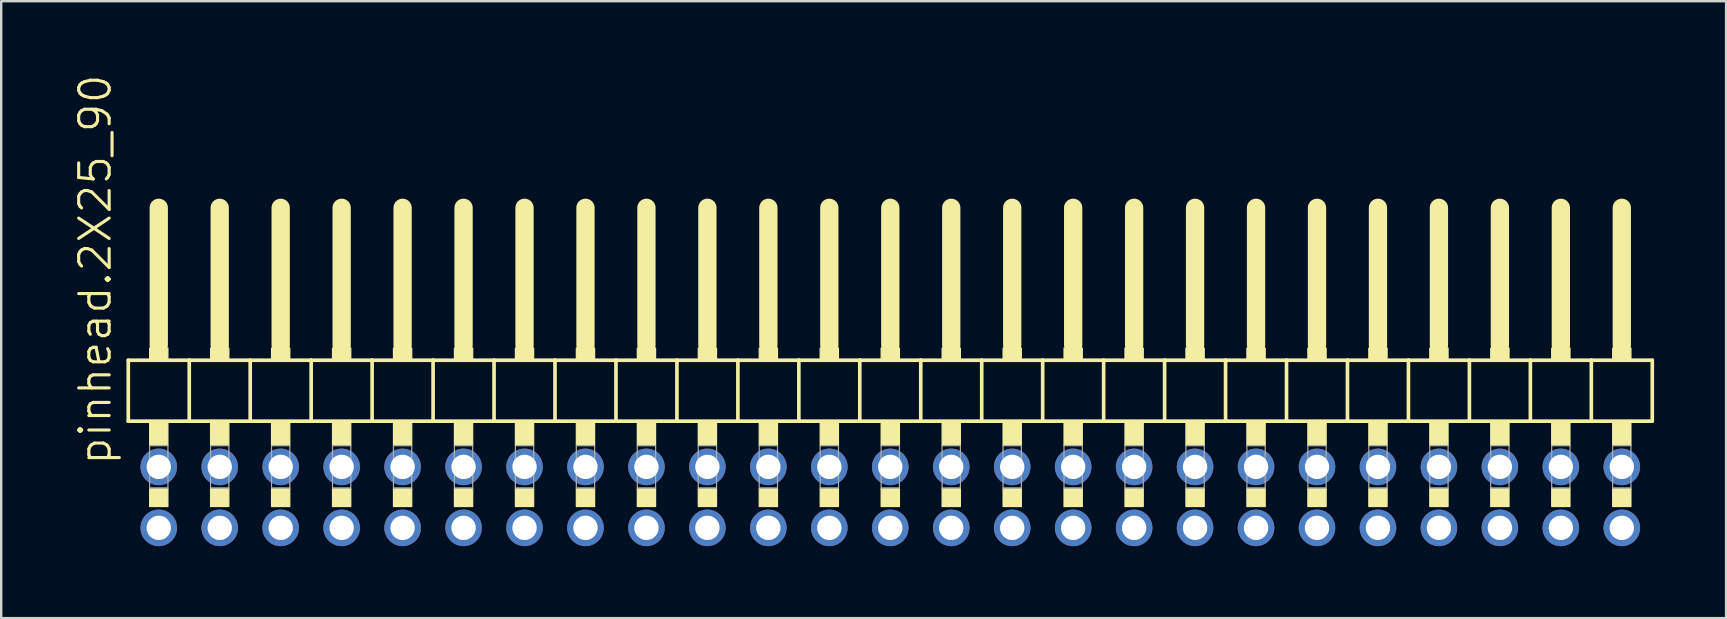
<source format=kicad_pcb>
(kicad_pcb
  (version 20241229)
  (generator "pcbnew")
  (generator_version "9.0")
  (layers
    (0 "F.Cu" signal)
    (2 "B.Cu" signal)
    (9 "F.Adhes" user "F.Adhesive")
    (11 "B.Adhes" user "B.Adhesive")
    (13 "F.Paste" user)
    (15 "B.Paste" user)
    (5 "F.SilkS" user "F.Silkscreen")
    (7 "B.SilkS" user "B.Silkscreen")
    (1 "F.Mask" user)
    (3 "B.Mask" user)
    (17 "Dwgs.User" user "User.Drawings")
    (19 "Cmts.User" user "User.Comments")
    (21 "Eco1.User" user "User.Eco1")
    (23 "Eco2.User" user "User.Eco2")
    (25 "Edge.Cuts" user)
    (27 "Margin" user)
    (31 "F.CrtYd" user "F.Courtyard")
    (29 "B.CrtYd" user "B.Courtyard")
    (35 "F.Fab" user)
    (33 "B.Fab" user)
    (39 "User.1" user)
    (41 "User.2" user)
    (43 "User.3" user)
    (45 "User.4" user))
  (footprint "pinhead.2X25_90"
    (layer "F.Cu")
    (at 32.775 12.594)
    (property "Reference" "pinhead.2X25_90" (at -31.115 3.81 90) (layer "F.SilkS") (effects (font (size 1.27 1.27) (thickness 0.13)) (justify left bottom)))
    (attr through_hole)
    (fp_line (start -30.48 -0.635) (end -30.48 1.905) (stroke (width 0.152) (type default)) (layer "F.SilkS"))
    (fp_line (start -30.48 1.905) (end -27.94 1.905) (stroke (width 0.152) (type default)) (layer "F.SilkS"))
    (fp_line (start -29.21 -6.985) (end -29.21 -1.27) (stroke (width 0.762) (type default)) (layer "F.SilkS"))
    (fp_line (start -27.94 -0.635) (end -30.48 -0.635) (stroke (width 0.152) (type default)) (layer "F.SilkS"))
    (fp_line (start -27.94 1.905) (end -27.94 -0.635) (stroke (width 0.152) (type default)) (layer "F.SilkS"))
    (fp_line (start -27.94 1.905) (end -25.4 1.905) (stroke (width 0.152) (type default)) (layer "F.SilkS"))
    (fp_line (start -26.67 -6.985) (end -26.67 -1.27) (stroke (width 0.762) (type default)) (layer "F.SilkS"))
    (fp_line (start -25.4 -0.635) (end -27.94 -0.635) (stroke (width 0.152) (type default)) (layer "F.SilkS"))
    (fp_line (start -25.4 1.905) (end -25.4 -0.635) (stroke (width 0.152) (type default)) (layer "F.SilkS"))
    (fp_line (start -25.4 1.905) (end -22.86 1.905) (stroke (width 0.152) (type default)) (layer "F.SilkS"))
    (fp_line (start -24.13 -6.985) (end -24.13 -1.27) (stroke (width 0.762) (type default)) (layer "F.SilkS"))
    (fp_line (start -22.86 -0.635) (end -25.4 -0.635) (stroke (width 0.152) (type default)) (layer "F.SilkS"))
    (fp_line (start -22.86 1.905) (end -22.86 -0.635) (stroke (width 0.152) (type default)) (layer "F.SilkS"))
    (fp_line (start -22.86 1.905) (end -20.32 1.905) (stroke (width 0.152) (type default)) (layer "F.SilkS"))
    (fp_line (start -21.59 -6.985) (end -21.59 -1.27) (stroke (width 0.762) (type default)) (layer "F.SilkS"))
    (fp_line (start -20.32 -0.635) (end -22.86 -0.635) (stroke (width 0.152) (type default)) (layer "F.SilkS"))
    (fp_line (start -20.32 1.905) (end -20.32 -0.635) (stroke (width 0.152) (type default)) (layer "F.SilkS"))
    (fp_line (start -20.32 1.905) (end -17.78 1.905) (stroke (width 0.152) (type default)) (layer "F.SilkS"))
    (fp_line (start -19.05 -6.985) (end -19.05 -1.27) (stroke (width 0.762) (type default)) (layer "F.SilkS"))
    (fp_line (start -17.78 -0.635) (end -20.32 -0.635) (stroke (width 0.152) (type default)) (layer "F.SilkS"))
    (fp_line (start -17.78 1.905) (end -17.78 -0.635) (stroke (width 0.152) (type default)) (layer "F.SilkS"))
    (fp_line (start -17.78 1.905) (end -15.24 1.905) (stroke (width 0.152) (type default)) (layer "F.SilkS"))
    (fp_line (start -16.51 -6.985) (end -16.51 -1.27) (stroke (width 0.762) (type default)) (layer "F.SilkS"))
    (fp_line (start -15.24 -0.635) (end -17.78 -0.635) (stroke (width 0.152) (type default)) (layer "F.SilkS"))
    (fp_line (start -15.24 1.905) (end -15.24 -0.635) (stroke (width 0.152) (type default)) (layer "F.SilkS"))
    (fp_line (start -15.24 1.905) (end -12.7 1.905) (stroke (width 0.152) (type default)) (layer "F.SilkS"))
    (fp_line (start -13.97 -6.985) (end -13.97 -1.27) (stroke (width 0.762) (type default)) (layer "F.SilkS"))
    (fp_line (start -12.7 -0.635) (end -15.24 -0.635) (stroke (width 0.152) (type default)) (layer "F.SilkS"))
    (fp_line (start -12.7 1.905) (end -12.7 -0.635) (stroke (width 0.152) (type default)) (layer "F.SilkS"))
    (fp_line (start -12.7 1.905) (end -10.16 1.905) (stroke (width 0.152) (type default)) (layer "F.SilkS"))
    (fp_line (start -11.43 -6.985) (end -11.43 -1.27) (stroke (width 0.762) (type default)) (layer "F.SilkS"))
    (fp_line (start -10.16 -0.635) (end -12.7 -0.635) (stroke (width 0.152) (type default)) (layer "F.SilkS"))
    (fp_line (start -10.16 1.905) (end -10.16 -0.635) (stroke (width 0.152) (type default)) (layer "F.SilkS"))
    (fp_line (start -10.16 1.905) (end -7.62 1.905) (stroke (width 0.152) (type default)) (layer "F.SilkS"))
    (fp_line (start -8.89 -6.985) (end -8.89 -1.27) (stroke (width 0.762) (type default)) (layer "F.SilkS"))
    (fp_line (start -7.62 -0.635) (end -10.16 -0.635) (stroke (width 0.152) (type default)) (layer "F.SilkS"))
    (fp_line (start -7.62 1.905) (end -7.62 -0.635) (stroke (width 0.152) (type default)) (layer "F.SilkS"))
    (fp_line (start -7.62 1.905) (end -5.08 1.905) (stroke (width 0.152) (type default)) (layer "F.SilkS"))
    (fp_line (start -6.35 -6.985) (end -6.35 -1.27) (stroke (width 0.762) (type default)) (layer "F.SilkS"))
    (fp_line (start -5.08 -0.635) (end -7.62 -0.635) (stroke (width 0.152) (type default)) (layer "F.SilkS"))
    (fp_line (start -5.08 1.905) (end -5.08 -0.635) (stroke (width 0.152) (type default)) (layer "F.SilkS"))
    (fp_line (start -5.08 1.905) (end -2.54 1.905) (stroke (width 0.152) (type default)) (layer "F.SilkS"))
    (fp_line (start -3.81 -6.985) (end -3.81 -1.27) (stroke (width 0.762) (type default)) (layer "F.SilkS"))
    (fp_line (start -2.54 -0.635) (end -5.08 -0.635) (stroke (width 0.152) (type default)) (layer "F.SilkS"))
    (fp_line (start -2.54 1.905) (end -2.54 -0.635) (stroke (width 0.152) (type default)) (layer "F.SilkS"))
    (fp_line (start -2.54 1.905) (end 0 1.905) (stroke (width 0.152) (type default)) (layer "F.SilkS"))
    (fp_line (start -1.27 -6.985) (end -1.27 -1.27) (stroke (width 0.762) (type default)) (layer "F.SilkS"))
    (fp_line (start 0 -0.635) (end -2.54 -0.635) (stroke (width 0.152) (type default)) (layer "F.SilkS"))
    (fp_line (start 0 1.905) (end 0 -0.635) (stroke (width 0.152) (type default)) (layer "F.SilkS"))
    (fp_line (start 0 1.905) (end 2.54 1.905) (stroke (width 0.152) (type default)) (layer "F.SilkS"))
    (fp_line (start 1.27 -6.985) (end 1.27 -1.27) (stroke (width 0.762) (type default)) (layer "F.SilkS"))
    (fp_line (start 2.54 -0.635) (end 0 -0.635) (stroke (width 0.152) (type default)) (layer "F.SilkS"))
    (fp_line (start 2.54 1.905) (end 2.54 -0.635) (stroke (width 0.152) (type default)) (layer "F.SilkS"))
    (fp_line (start 2.54 1.905) (end 5.08 1.905) (stroke (width 0.152) (type default)) (layer "F.SilkS"))
    (fp_line (start 3.81 -6.985) (end 3.81 -1.27) (stroke (width 0.762) (type default)) (layer "F.SilkS"))
    (fp_line (start 5.08 -0.635) (end 2.54 -0.635) (stroke (width 0.152) (type default)) (layer "F.SilkS"))
    (fp_line (start 5.08 1.905) (end 5.08 -0.635) (stroke (width 0.152) (type default)) (layer "F.SilkS"))
    (fp_line (start 5.08 1.905) (end 7.62 1.905) (stroke (width 0.152) (type default)) (layer "F.SilkS"))
    (fp_line (start 6.35 -6.985) (end 6.35 -1.27) (stroke (width 0.762) (type default)) (layer "F.SilkS"))
    (fp_line (start 7.62 -0.635) (end 5.08 -0.635) (stroke (width 0.152) (type default)) (layer "F.SilkS"))
    (fp_line (start 7.62 1.905) (end 7.62 -0.635) (stroke (width 0.152) (type default)) (layer "F.SilkS"))
    (fp_line (start 7.62 1.905) (end 10.16 1.905) (stroke (width 0.152) (type default)) (layer "F.SilkS"))
    (fp_line (start 8.89 -6.985) (end 8.89 -1.27) (stroke (width 0.762) (type default)) (layer "F.SilkS"))
    (fp_line (start 10.16 -0.635) (end 7.62 -0.635) (stroke (width 0.152) (type default)) (layer "F.SilkS"))
    (fp_line (start 10.16 1.905) (end 10.16 -0.635) (stroke (width 0.152) (type default)) (layer "F.SilkS"))
    (fp_line (start 10.16 1.905) (end 12.7 1.905) (stroke (width 0.152) (type default)) (layer "F.SilkS"))
    (fp_line (start 11.43 -6.985) (end 11.43 -1.27) (stroke (width 0.762) (type default)) (layer "F.SilkS"))
    (fp_line (start 12.7 -0.635) (end 10.16 -0.635) (stroke (width 0.152) (type default)) (layer "F.SilkS"))
    (fp_line (start 12.7 1.905) (end 12.7 -0.635) (stroke (width 0.152) (type default)) (layer "F.SilkS"))
    (fp_line (start 12.7 1.905) (end 15.24 1.905) (stroke (width 0.152) (type default)) (layer "F.SilkS"))
    (fp_line (start 13.97 -6.985) (end 13.97 -1.27) (stroke (width 0.762) (type default)) (layer "F.SilkS"))
    (fp_line (start 15.24 -0.635) (end 12.7 -0.635) (stroke (width 0.152) (type default)) (layer "F.SilkS"))
    (fp_line (start 15.24 1.905) (end 15.24 -0.635) (stroke (width 0.152) (type default)) (layer "F.SilkS"))
    (fp_line (start 15.24 1.905) (end 17.78 1.905) (stroke (width 0.152) (type default)) (layer "F.SilkS"))
    (fp_line (start 16.51 -6.985) (end 16.51 -1.27) (stroke (width 0.762) (type default)) (layer "F.SilkS"))
    (fp_line (start 17.78 -0.635) (end 15.24 -0.635) (stroke (width 0.152) (type default)) (layer "F.SilkS"))
    (fp_line (start 17.78 1.905) (end 17.78 -0.635) (stroke (width 0.152) (type default)) (layer "F.SilkS"))
    (fp_line (start 17.78 1.905) (end 20.32 1.905) (stroke (width 0.152) (type default)) (layer "F.SilkS"))
    (fp_line (start 19.05 -6.985) (end 19.05 -1.27) (stroke (width 0.762) (type default)) (layer "F.SilkS"))
    (fp_line (start 20.32 -0.635) (end 17.78 -0.635) (stroke (width 0.152) (type default)) (layer "F.SilkS"))
    (fp_line (start 20.32 1.905) (end 20.32 -0.635) (stroke (width 0.152) (type default)) (layer "F.SilkS"))
    (fp_line (start 20.32 1.905) (end 22.86 1.905) (stroke (width 0.152) (type default)) (layer "F.SilkS"))
    (fp_line (start 21.59 -6.985) (end 21.59 -1.27) (stroke (width 0.762) (type default)) (layer "F.SilkS"))
    (fp_line (start 22.86 -0.635) (end 20.32 -0.635) (stroke (width 0.152) (type default)) (layer "F.SilkS"))
    (fp_line (start 22.86 1.905) (end 22.86 -0.635) (stroke (width 0.152) (type default)) (layer "F.SilkS"))
    (fp_line (start 22.86 1.905) (end 25.4 1.905) (stroke (width 0.152) (type default)) (layer "F.SilkS"))
    (fp_line (start 24.13 -6.985) (end 24.13 -1.27) (stroke (width 0.762) (type default)) (layer "F.SilkS"))
    (fp_line (start 25.4 -0.635) (end 22.86 -0.635) (stroke (width 0.152) (type default)) (layer "F.SilkS"))
    (fp_line (start 25.4 1.905) (end 25.4 -0.635) (stroke (width 0.152) (type default)) (layer "F.SilkS"))
    (fp_line (start 25.4 1.905) (end 27.94 1.905) (stroke (width 0.152) (type default)) (layer "F.SilkS"))
    (fp_line (start 26.67 -6.985) (end 26.67 -1.27) (stroke (width 0.762) (type default)) (layer "F.SilkS"))
    (fp_line (start 27.94 -0.635) (end 25.4 -0.635) (stroke (width 0.152) (type default)) (layer "F.SilkS"))
    (fp_line (start 27.94 1.905) (end 27.94 -0.635) (stroke (width 0.152) (type default)) (layer "F.SilkS"))
    (fp_line (start 27.94 1.905) (end 30.48 1.905) (stroke (width 0.152) (type default)) (layer "F.SilkS"))
    (fp_line (start 29.21 -6.985) (end 29.21 -1.27) (stroke (width 0.762) (type default)) (layer "F.SilkS"))
    (fp_line (start 30.48 -0.635) (end 27.94 -0.635) (stroke (width 0.152) (type default)) (layer "F.SilkS"))
    (fp_line (start 30.48 1.905) (end 30.48 -0.635) (stroke (width 0.152) (type default)) (layer "F.SilkS"))
    (fp_line (start 30.48 1.905) (end 33.02 1.905) (stroke (width 0.152) (type default)) (layer "F.SilkS"))
    (fp_line (start 31.75 -6.985) (end 31.75 -1.27) (stroke (width 0.762) (type default)) (layer "F.SilkS"))
    (fp_line (start 33.02 -0.635) (end 30.48 -0.635) (stroke (width 0.152) (type default)) (layer "F.SilkS"))
    (fp_line (start 33.02 1.905) (end 33.02 -0.635) (stroke (width 0.152) (type default)) (layer "F.SilkS"))
    (fp_rect (start -29.591 -0.635) (end -28.829 -1.143) (stroke (width 0.05) (type default)) (fill yes) (layer "F.SilkS"))
    (fp_rect (start -29.591 2.921) (end -28.829 1.905) (stroke (width 0.05) (type default)) (fill yes) (layer "F.SilkS"))
    (fp_rect (start -29.591 5.461) (end -28.829 4.699) (stroke (width 0.05) (type default)) (fill yes) (layer "F.SilkS"))
    (fp_rect (start -27.051 -0.635) (end -26.289 -1.143) (stroke (width 0.05) (type default)) (fill yes) (layer "F.SilkS"))
    (fp_rect (start -27.051 2.921) (end -26.289 1.905) (stroke (width 0.05) (type default)) (fill yes) (layer "F.SilkS"))
    (fp_rect (start -27.051 5.461) (end -26.289 4.699) (stroke (width 0.05) (type default)) (fill yes) (layer "F.SilkS"))
    (fp_rect (start -24.511 -0.635) (end -23.749 -1.143) (stroke (width 0.05) (type default)) (fill yes) (layer "F.SilkS"))
    (fp_rect (start -24.511 2.921) (end -23.749 1.905) (stroke (width 0.05) (type default)) (fill yes) (layer "F.SilkS"))
    (fp_rect (start -24.511 5.461) (end -23.749 4.699) (stroke (width 0.05) (type default)) (fill yes) (layer "F.SilkS"))
    (fp_rect (start -21.971 -0.635) (end -21.209 -1.143) (stroke (width 0.05) (type default)) (fill yes) (layer "F.SilkS"))
    (fp_rect (start -21.971 2.921) (end -21.209 1.905) (stroke (width 0.05) (type default)) (fill yes) (layer "F.SilkS"))
    (fp_rect (start -21.971 5.461) (end -21.209 4.699) (stroke (width 0.05) (type default)) (fill yes) (layer "F.SilkS"))
    (fp_rect (start -19.431 -0.635) (end -18.669 -1.143) (stroke (width 0.05) (type default)) (fill yes) (layer "F.SilkS"))
    (fp_rect (start -19.431 2.921) (end -18.669 1.905) (stroke (width 0.05) (type default)) (fill yes) (layer "F.SilkS"))
    (fp_rect (start -19.431 5.461) (end -18.669 4.699) (stroke (width 0.05) (type default)) (fill yes) (layer "F.SilkS"))
    (fp_rect (start -16.891 -0.635) (end -16.129 -1.143) (stroke (width 0.05) (type default)) (fill yes) (layer "F.SilkS"))
    (fp_rect (start -16.891 2.921) (end -16.129 1.905) (stroke (width 0.05) (type default)) (fill yes) (layer "F.SilkS"))
    (fp_rect (start -16.891 5.461) (end -16.129 4.699) (stroke (width 0.05) (type default)) (fill yes) (layer "F.SilkS"))
    (fp_rect (start -14.351 -0.635) (end -13.589 -1.143) (stroke (width 0.05) (type default)) (fill yes) (layer "F.SilkS"))
    (fp_rect (start -14.351 2.921) (end -13.589 1.905) (stroke (width 0.05) (type default)) (fill yes) (layer "F.SilkS"))
    (fp_rect (start -14.351 5.461) (end -13.589 4.699) (stroke (width 0.05) (type default)) (fill yes) (layer "F.SilkS"))
    (fp_rect (start -11.811 -0.635) (end -11.049 -1.143) (stroke (width 0.05) (type default)) (fill yes) (layer "F.SilkS"))
    (fp_rect (start -11.811 2.921) (end -11.049 1.905) (stroke (width 0.05) (type default)) (fill yes) (layer "F.SilkS"))
    (fp_rect (start -11.811 5.461) (end -11.049 4.699) (stroke (width 0.05) (type default)) (fill yes) (layer "F.SilkS"))
    (fp_rect (start -9.271 -0.635) (end -8.509 -1.143) (stroke (width 0.05) (type default)) (fill yes) (layer "F.SilkS"))
    (fp_rect (start -9.271 2.921) (end -8.509 1.905) (stroke (width 0.05) (type default)) (fill yes) (layer "F.SilkS"))
    (fp_rect (start -9.271 5.461) (end -8.509 4.699) (stroke (width 0.05) (type default)) (fill yes) (layer "F.SilkS"))
    (fp_rect (start -6.731 -0.635) (end -5.969 -1.143) (stroke (width 0.05) (type default)) (fill yes) (layer "F.SilkS"))
    (fp_rect (start -6.731 2.921) (end -5.969 1.905) (stroke (width 0.05) (type default)) (fill yes) (layer "F.SilkS"))
    (fp_rect (start -6.731 5.461) (end -5.969 4.699) (stroke (width 0.05) (type default)) (fill yes) (layer "F.SilkS"))
    (fp_rect (start -4.191 -0.635) (end -3.429 -1.143) (stroke (width 0.05) (type default)) (fill yes) (layer "F.SilkS"))
    (fp_rect (start -4.191 2.921) (end -3.429 1.905) (stroke (width 0.05) (type default)) (fill yes) (layer "F.SilkS"))
    (fp_rect (start -4.191 5.461) (end -3.429 4.699) (stroke (width 0.05) (type default)) (fill yes) (layer "F.SilkS"))
    (fp_rect (start -1.651 -0.635) (end -0.889 -1.143) (stroke (width 0.05) (type default)) (fill yes) (layer "F.SilkS"))
    (fp_rect (start -1.651 2.921) (end -0.889 1.905) (stroke (width 0.05) (type default)) (fill yes) (layer "F.SilkS"))
    (fp_rect (start -1.651 5.461) (end -0.889 4.699) (stroke (width 0.05) (type default)) (fill yes) (layer "F.SilkS"))
    (fp_rect (start 0.889 -0.635) (end 1.651 -1.143) (stroke (width 0.05) (type default)) (fill yes) (layer "F.SilkS"))
    (fp_rect (start 0.889 2.921) (end 1.651 1.905) (stroke (width 0.05) (type default)) (fill yes) (layer "F.SilkS"))
    (fp_rect (start 0.889 5.461) (end 1.651 4.699) (stroke (width 0.05) (type default)) (fill yes) (layer "F.SilkS"))
    (fp_rect (start 3.429 -0.635) (end 4.191 -1.143) (stroke (width 0.05) (type default)) (fill yes) (layer "F.SilkS"))
    (fp_rect (start 3.429 2.921) (end 4.191 1.905) (stroke (width 0.05) (type default)) (fill yes) (layer "F.SilkS"))
    (fp_rect (start 3.429 5.461) (end 4.191 4.699) (stroke (width 0.05) (type default)) (fill yes) (layer "F.SilkS"))
    (fp_rect (start 5.969 -0.635) (end 6.731 -1.143) (stroke (width 0.05) (type default)) (fill yes) (layer "F.SilkS"))
    (fp_rect (start 5.969 2.921) (end 6.731 1.905) (stroke (width 0.05) (type default)) (fill yes) (layer "F.SilkS"))
    (fp_rect (start 5.969 5.461) (end 6.731 4.699) (stroke (width 0.05) (type default)) (fill yes) (layer "F.SilkS"))
    (fp_rect (start 8.509 -0.635) (end 9.271 -1.143) (stroke (width 0.05) (type default)) (fill yes) (layer "F.SilkS"))
    (fp_rect (start 8.509 2.921) (end 9.271 1.905) (stroke (width 0.05) (type default)) (fill yes) (layer "F.SilkS"))
    (fp_rect (start 8.509 5.461) (end 9.271 4.699) (stroke (width 0.05) (type default)) (fill yes) (layer "F.SilkS"))
    (fp_rect (start 11.049 -0.635) (end 11.811 -1.143) (stroke (width 0.05) (type default)) (fill yes) (layer "F.SilkS"))
    (fp_rect (start 11.049 2.921) (end 11.811 1.905) (stroke (width 0.05) (type default)) (fill yes) (layer "F.SilkS"))
    (fp_rect (start 11.049 5.461) (end 11.811 4.699) (stroke (width 0.05) (type default)) (fill yes) (layer "F.SilkS"))
    (fp_rect (start 13.589 -0.635) (end 14.351 -1.143) (stroke (width 0.05) (type default)) (fill yes) (layer "F.SilkS"))
    (fp_rect (start 13.589 2.921) (end 14.351 1.905) (stroke (width 0.05) (type default)) (fill yes) (layer "F.SilkS"))
    (fp_rect (start 13.589 5.461) (end 14.351 4.699) (stroke (width 0.05) (type default)) (fill yes) (layer "F.SilkS"))
    (fp_rect (start 16.129 -0.635) (end 16.891 -1.143) (stroke (width 0.05) (type default)) (fill yes) (layer "F.SilkS"))
    (fp_rect (start 16.129 2.921) (end 16.891 1.905) (stroke (width 0.05) (type default)) (fill yes) (layer "F.SilkS"))
    (fp_rect (start 16.129 5.461) (end 16.891 4.699) (stroke (width 0.05) (type default)) (fill yes) (layer "F.SilkS"))
    (fp_rect (start 18.669 -0.635) (end 19.431 -1.143) (stroke (width 0.05) (type default)) (fill yes) (layer "F.SilkS"))
    (fp_rect (start 18.669 2.921) (end 19.431 1.905) (stroke (width 0.05) (type default)) (fill yes) (layer "F.SilkS"))
    (fp_rect (start 18.669 5.461) (end 19.431 4.699) (stroke (width 0.05) (type default)) (fill yes) (layer "F.SilkS"))
    (fp_rect (start 21.209 -0.635) (end 21.971 -1.143) (stroke (width 0.05) (type default)) (fill yes) (layer "F.SilkS"))
    (fp_rect (start 21.209 2.921) (end 21.971 1.905) (stroke (width 0.05) (type default)) (fill yes) (layer "F.SilkS"))
    (fp_rect (start 21.209 5.461) (end 21.971 4.699) (stroke (width 0.05) (type default)) (fill yes) (layer "F.SilkS"))
    (fp_rect (start 23.749 -0.635) (end 24.511 -1.143) (stroke (width 0.05) (type default)) (fill yes) (layer "F.SilkS"))
    (fp_rect (start 23.749 2.921) (end 24.511 1.905) (stroke (width 0.05) (type default)) (fill yes) (layer "F.SilkS"))
    (fp_rect (start 23.749 5.461) (end 24.511 4.699) (stroke (width 0.05) (type default)) (fill yes) (layer "F.SilkS"))
    (fp_rect (start 26.289 -0.635) (end 27.051 -1.143) (stroke (width 0.05) (type default)) (fill yes) (layer "F.SilkS"))
    (fp_rect (start 26.289 2.921) (end 27.051 1.905) (stroke (width 0.05) (type default)) (fill yes) (layer "F.SilkS"))
    (fp_rect (start 26.289 5.461) (end 27.051 4.699) (stroke (width 0.05) (type default)) (fill yes) (layer "F.SilkS"))
    (fp_rect (start 28.829 -0.635) (end 29.591 -1.143) (stroke (width 0.05) (type default)) (fill yes) (layer "F.SilkS"))
    (fp_rect (start 28.829 2.921) (end 29.591 1.905) (stroke (width 0.05) (type default)) (fill yes) (layer "F.SilkS"))
    (fp_rect (start 28.829 5.461) (end 29.591 4.699) (stroke (width 0.05) (type default)) (fill yes) (layer "F.SilkS"))
    (fp_rect (start 31.369 -0.635) (end 32.131 -1.143) (stroke (width 0.05) (type default)) (fill yes) (layer "F.SilkS"))
    (fp_rect (start 31.369 2.921) (end 32.131 1.905) (stroke (width 0.05) (type default)) (fill yes) (layer "F.SilkS"))
    (fp_rect (start 31.369 5.461) (end 32.131 4.699) (stroke (width 0.05) (type default)) (fill yes) (layer "F.SilkS"))
    (fp_rect (start -29.591 4.699) (end -28.829 2.921) (stroke (width 0.05) (type default)) (fill no) (layer "F.Fab"))
    (fp_rect (start -27.051 4.699) (end -26.289 2.921) (stroke (width 0.05) (type default)) (fill no) (layer "F.Fab"))
    (fp_rect (start -24.511 4.699) (end -23.749 2.921) (stroke (width 0.05) (type default)) (fill no) (layer "F.Fab"))
    (fp_rect (start -21.971 4.699) (end -21.209 2.921) (stroke (width 0.05) (type default)) (fill no) (layer "F.Fab"))
    (fp_rect (start -19.431 4.699) (end -18.669 2.921) (stroke (width 0.05) (type default)) (fill no) (layer "F.Fab"))
    (fp_rect (start -16.891 4.699) (end -16.129 2.921) (stroke (width 0.05) (type default)) (fill no) (layer "F.Fab"))
    (fp_rect (start -14.351 4.699) (end -13.589 2.921) (stroke (width 0.05) (type default)) (fill no) (layer "F.Fab"))
    (fp_rect (start -11.811 4.699) (end -11.049 2.921) (stroke (width 0.05) (type default)) (fill no) (layer "F.Fab"))
    (fp_rect (start -9.271 4.699) (end -8.509 2.921) (stroke (width 0.05) (type default)) (fill no) (layer "F.Fab"))
    (fp_rect (start -6.731 4.699) (end -5.969 2.921) (stroke (width 0.05) (type default)) (fill no) (layer "F.Fab"))
    (fp_rect (start -4.191 4.699) (end -3.429 2.921) (stroke (width 0.05) (type default)) (fill no) (layer "F.Fab"))
    (fp_rect (start -1.651 4.699) (end -0.889 2.921) (stroke (width 0.05) (type default)) (fill no) (layer "F.Fab"))
    (fp_rect (start 0.889 4.699) (end 1.651 2.921) (stroke (width 0.05) (type default)) (fill no) (layer "F.Fab"))
    (fp_rect (start 3.429 4.699) (end 4.191 2.921) (stroke (width 0.05) (type default)) (fill no) (layer "F.Fab"))
    (fp_rect (start 5.969 4.699) (end 6.731 2.921) (stroke (width 0.05) (type default)) (fill no) (layer "F.Fab"))
    (fp_rect (start 8.509 4.699) (end 9.271 2.921) (stroke (width 0.05) (type default)) (fill no) (layer "F.Fab"))
    (fp_rect (start 11.049 4.699) (end 11.811 2.921) (stroke (width 0.05) (type default)) (fill no) (layer "F.Fab"))
    (fp_rect (start 13.589 4.699) (end 14.351 2.921) (stroke (width 0.05) (type default)) (fill no) (layer "F.Fab"))
    (fp_rect (start 16.129 4.699) (end 16.891 2.921) (stroke (width 0.05) (type default)) (fill no) (layer "F.Fab"))
    (fp_rect (start 18.669 4.699) (end 19.431 2.921) (stroke (width 0.05) (type default)) (fill no) (layer "F.Fab"))
    (fp_rect (start 21.209 4.699) (end 21.971 2.921) (stroke (width 0.05) (type default)) (fill no) (layer "F.Fab"))
    (fp_rect (start 23.749 4.699) (end 24.511 2.921) (stroke (width 0.05) (type default)) (fill no) (layer "F.Fab"))
    (fp_rect (start 26.289 4.699) (end 27.051 2.921) (stroke (width 0.05) (type default)) (fill no) (layer "F.Fab"))
    (fp_rect (start 28.829 4.699) (end 29.591 2.921) (stroke (width 0.05) (type default)) (fill no) (layer "F.Fab"))
    (fp_rect (start 31.369 4.699) (end 32.131 2.921) (stroke (width 0.05) (type default)) (fill no) (layer "F.Fab"))
    (pad "1" thru_hole circle (at -29.21 6.35) (size 1.524 1.524) (drill 1.016) (layers "*.Cu" "*.Mask"))
    (pad "2" thru_hole circle (at -29.21 3.81) (size 1.524 1.524) (drill 1.016) (layers "*.Cu" "*.Mask"))
    (pad "3" thru_hole circle (at -26.67 6.35) (size 1.524 1.524) (drill 1.016) (layers "*.Cu" "*.Mask"))
    (pad "4" thru_hole circle (at -26.67 3.81) (size 1.524 1.524) (drill 1.016) (layers "*.Cu" "*.Mask"))
    (pad "5" thru_hole circle (at -24.13 6.35) (size 1.524 1.524) (drill 1.016) (layers "*.Cu" "*.Mask"))
    (pad "6" thru_hole circle (at -24.13 3.81) (size 1.524 1.524) (drill 1.016) (layers "*.Cu" "*.Mask"))
    (pad "7" thru_hole circle (at -21.59 6.35) (size 1.524 1.524) (drill 1.016) (layers "*.Cu" "*.Mask"))
    (pad "8" thru_hole circle (at -21.59 3.81) (size 1.524 1.524) (drill 1.016) (layers "*.Cu" "*.Mask"))
    (pad "9" thru_hole circle (at -19.05 6.35) (size 1.524 1.524) (drill 1.016) (layers "*.Cu" "*.Mask"))
    (pad "10" thru_hole circle (at -19.05 3.81) (size 1.524 1.524) (drill 1.016) (layers "*.Cu" "*.Mask"))
    (pad "11" thru_hole circle (at -16.51 6.35) (size 1.524 1.524) (drill 1.016) (layers "*.Cu" "*.Mask"))
    (pad "12" thru_hole circle (at -16.51 3.81) (size 1.524 1.524) (drill 1.016) (layers "*.Cu" "*.Mask"))
    (pad "13" thru_hole circle (at -13.97 6.35) (size 1.524 1.524) (drill 1.016) (layers "*.Cu" "*.Mask"))
    (pad "14" thru_hole circle (at -13.97 3.81) (size 1.524 1.524) (drill 1.016) (layers "*.Cu" "*.Mask"))
    (pad "15" thru_hole circle (at -11.43 6.35) (size 1.524 1.524) (drill 1.016) (layers "*.Cu" "*.Mask"))
    (pad "16" thru_hole circle (at -11.43 3.81) (size 1.524 1.524) (drill 1.016) (layers "*.Cu" "*.Mask"))
    (pad "17" thru_hole circle (at -8.89 6.35) (size 1.524 1.524) (drill 1.016) (layers "*.Cu" "*.Mask"))
    (pad "18" thru_hole circle (at -8.89 3.81) (size 1.524 1.524) (drill 1.016) (layers "*.Cu" "*.Mask"))
    (pad "19" thru_hole circle (at -6.35 6.35) (size 1.524 1.524) (drill 1.016) (layers "*.Cu" "*.Mask"))
    (pad "20" thru_hole circle (at -6.35 3.81) (size 1.524 1.524) (drill 1.016) (layers "*.Cu" "*.Mask"))
    (pad "21" thru_hole circle (at -3.81 6.35) (size 1.524 1.524) (drill 1.016) (layers "*.Cu" "*.Mask"))
    (pad "22" thru_hole circle (at -3.81 3.81) (size 1.524 1.524) (drill 1.016) (layers "*.Cu" "*.Mask"))
    (pad "23" thru_hole circle (at -1.27 6.35) (size 1.524 1.524) (drill 1.016) (layers "*.Cu" "*.Mask"))
    (pad "24" thru_hole circle (at -1.27 3.81) (size 1.524 1.524) (drill 1.016) (layers "*.Cu" "*.Mask"))
    (pad "25" thru_hole circle (at 1.27 6.35) (size 1.524 1.524) (drill 1.016) (layers "*.Cu" "*.Mask"))
    (pad "26" thru_hole circle (at 1.27 3.81) (size 1.524 1.524) (drill 1.016) (layers "*.Cu" "*.Mask"))
    (pad "27" thru_hole circle (at 3.81 6.35) (size 1.524 1.524) (drill 1.016) (layers "*.Cu" "*.Mask"))
    (pad "28" thru_hole circle (at 3.81 3.81) (size 1.524 1.524) (drill 1.016) (layers "*.Cu" "*.Mask"))
    (pad "29" thru_hole circle (at 6.35 6.35) (size 1.524 1.524) (drill 1.016) (layers "*.Cu" "*.Mask"))
    (pad "30" thru_hole circle (at 6.35 3.81) (size 1.524 1.524) (drill 1.016) (layers "*.Cu" "*.Mask"))
    (pad "31" thru_hole circle (at 8.89 6.35) (size 1.524 1.524) (drill 1.016) (layers "*.Cu" "*.Mask"))
    (pad "32" thru_hole circle (at 8.89 3.81) (size 1.524 1.524) (drill 1.016) (layers "*.Cu" "*.Mask"))
    (pad "33" thru_hole circle (at 11.43 6.35) (size 1.524 1.524) (drill 1.016) (layers "*.Cu" "*.Mask"))
    (pad "34" thru_hole circle (at 11.43 3.81) (size 1.524 1.524) (drill 1.016) (layers "*.Cu" "*.Mask"))
    (pad "35" thru_hole circle (at 13.97 6.35) (size 1.524 1.524) (drill 1.016) (layers "*.Cu" "*.Mask"))
    (pad "36" thru_hole circle (at 13.97 3.81) (size 1.524 1.524) (drill 1.016) (layers "*.Cu" "*.Mask"))
    (pad "37" thru_hole circle (at 16.51 6.35) (size 1.524 1.524) (drill 1.016) (layers "*.Cu" "*.Mask"))
    (pad "38" thru_hole circle (at 16.51 3.81) (size 1.524 1.524) (drill 1.016) (layers "*.Cu" "*.Mask"))
    (pad "39" thru_hole circle (at 19.05 6.35) (size 1.524 1.524) (drill 1.016) (layers "*.Cu" "*.Mask"))
    (pad "40" thru_hole circle (at 19.05 3.81) (size 1.524 1.524) (drill 1.016) (layers "*.Cu" "*.Mask"))
    (pad "41" thru_hole circle (at 21.59 3.81) (size 1.524 1.524) (drill 1.016) (layers "*.Cu" "*.Mask"))
    (pad "42" thru_hole circle (at 21.59 6.35) (size 1.524 1.524) (drill 1.016) (layers "*.Cu" "*.Mask"))
    (pad "43" thru_hole circle (at 24.13 3.81) (size 1.524 1.524) (drill 1.016) (layers "*.Cu" "*.Mask"))
    (pad "44" thru_hole circle (at 24.13 6.35) (size 1.524 1.524) (drill 1.016) (layers "*.Cu" "*.Mask"))
    (pad "45" thru_hole circle (at 26.67 3.81) (size 1.524 1.524) (drill 1.016) (layers "*.Cu" "*.Mask"))
    (pad "46" thru_hole circle (at 26.67 6.35) (size 1.524 1.524) (drill 1.016) (layers "*.Cu" "*.Mask"))
    (pad "47" thru_hole circle (at 29.21 3.81) (size 1.524 1.524) (drill 1.016) (layers "*.Cu" "*.Mask"))
    (pad "48" thru_hole circle (at 29.21 6.35) (size 1.524 1.524) (drill 1.016) (layers "*.Cu" "*.Mask"))
    (pad "49" thru_hole circle (at 31.75 3.81) (size 1.524 1.524) (drill 1.016) (layers "*.Cu" "*.Mask"))
    (pad "50" thru_hole circle (at 31.75 6.35) (size 1.524 1.524) (drill 1.016) (layers "*.Cu" "*.Mask")))
  (gr_rect
    (start -3 -3)
    (end 68.871 22.706)
    (stroke (width 0.1) (type default))
    (fill no)
    (layer "Edge.Cuts")))
</source>
